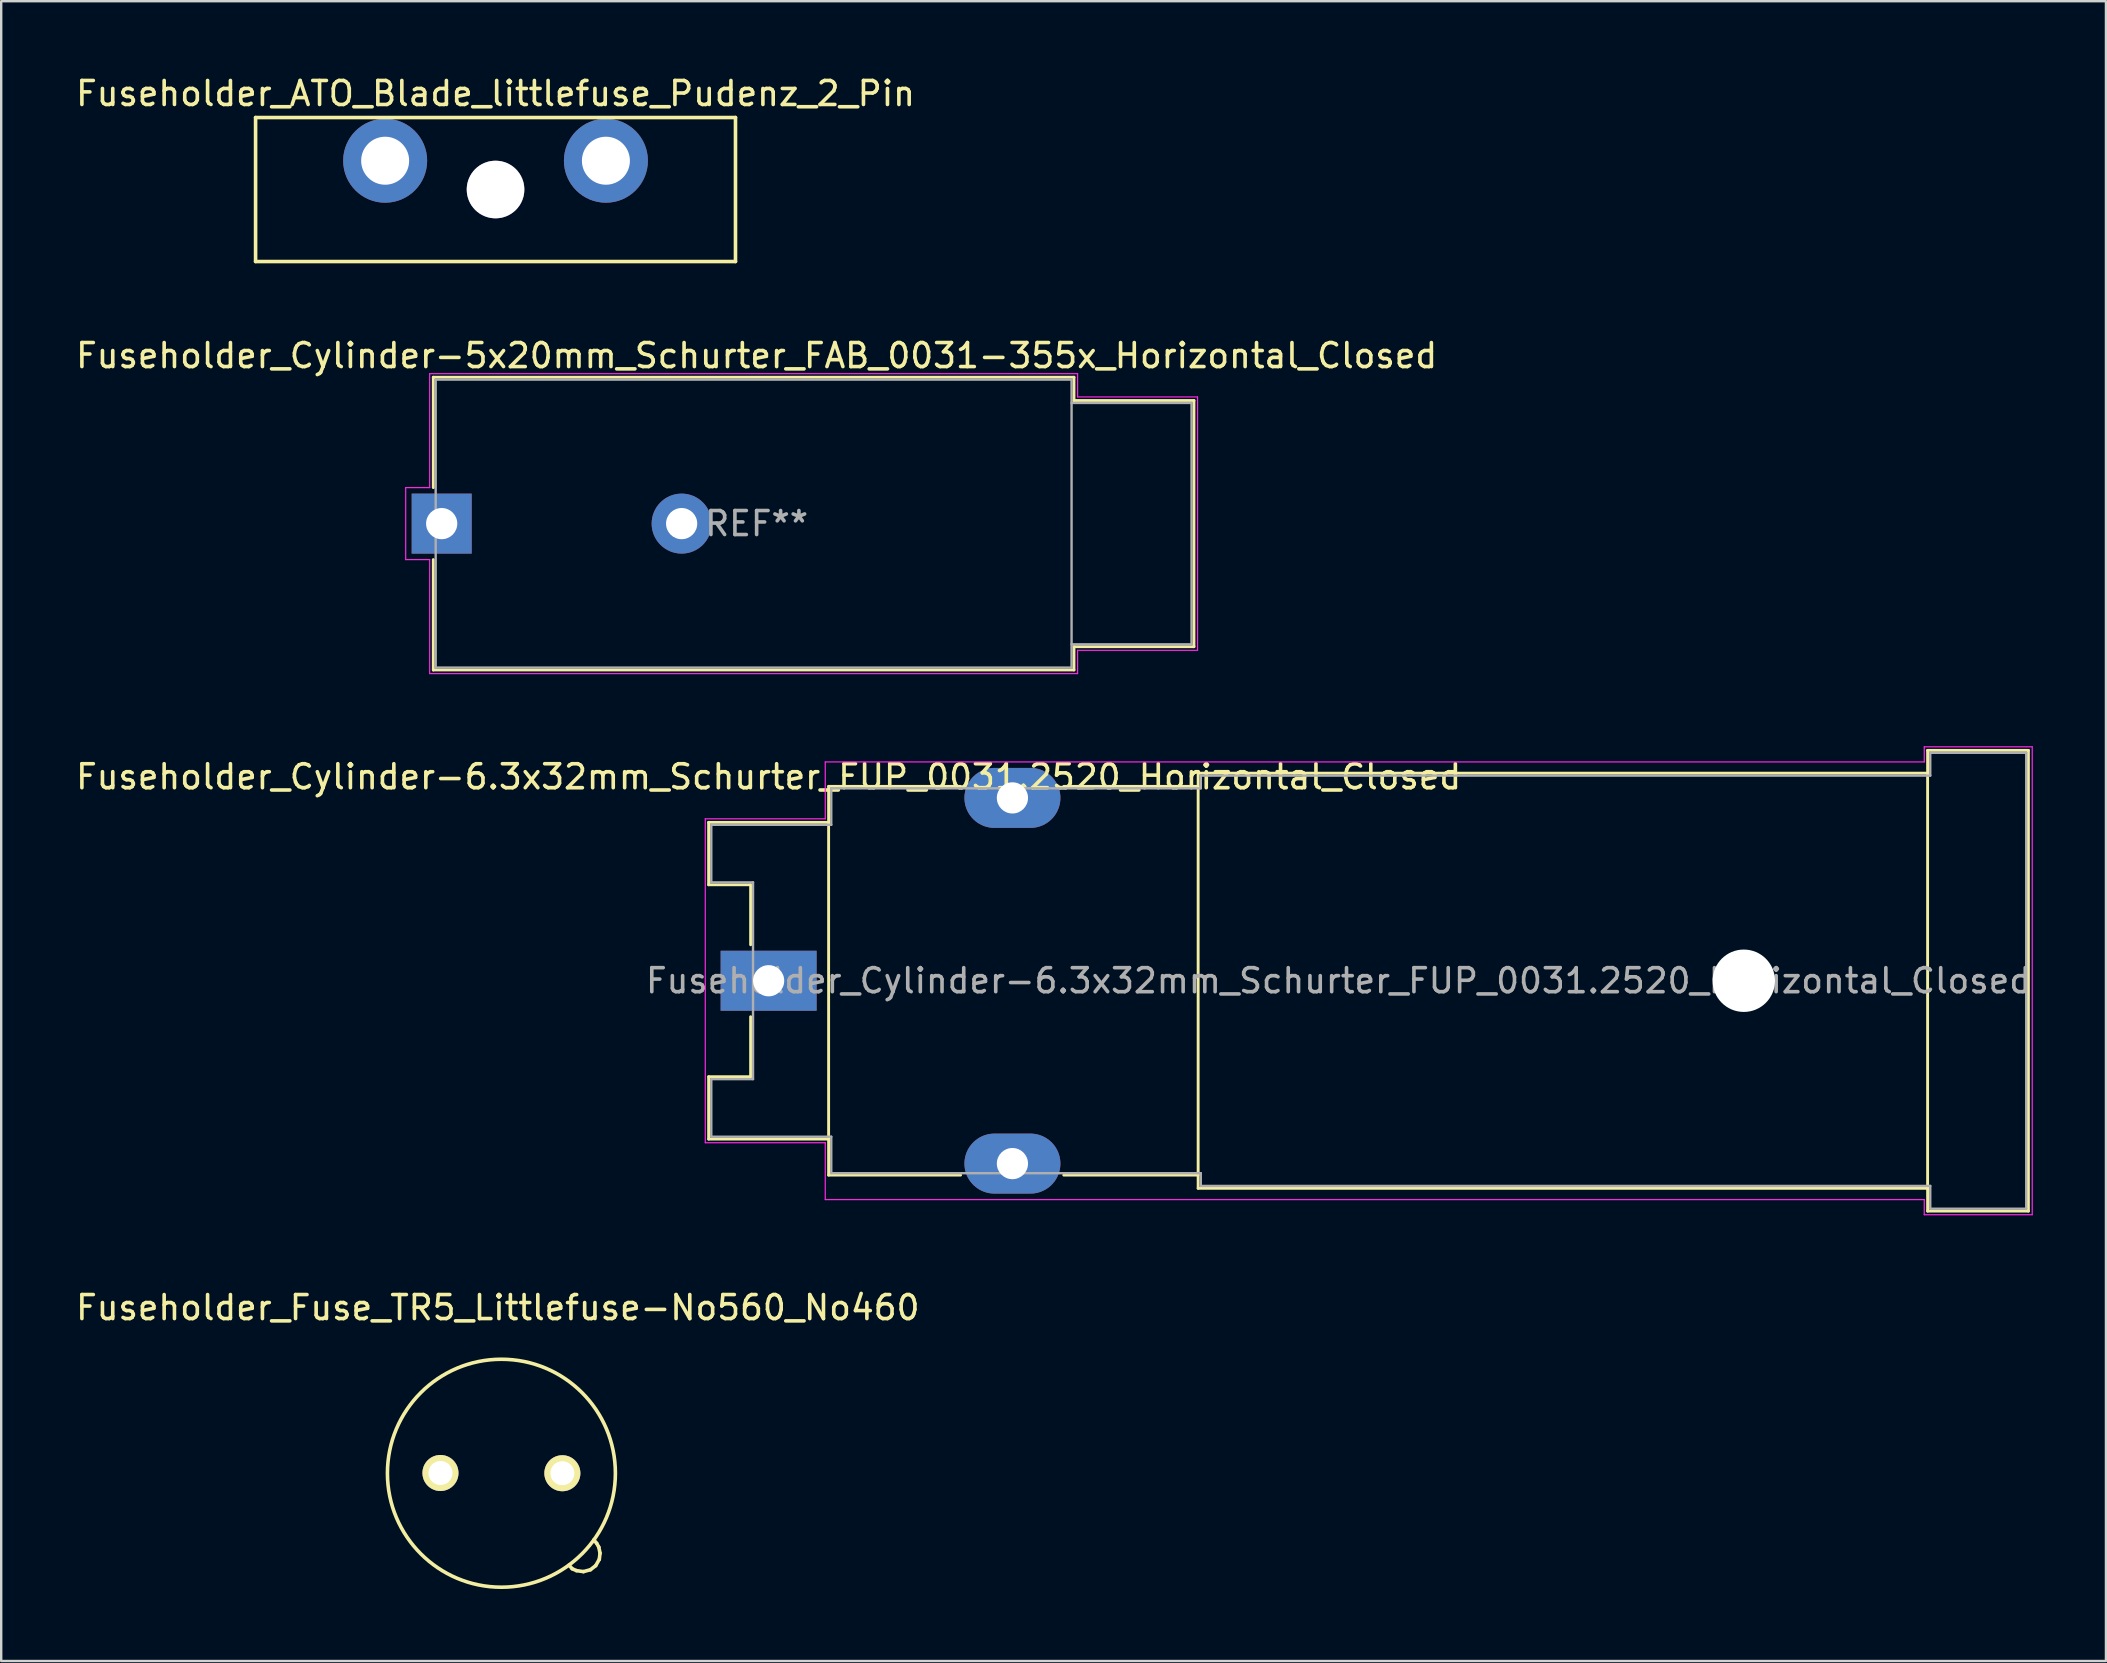
<source format=kicad_pcb>
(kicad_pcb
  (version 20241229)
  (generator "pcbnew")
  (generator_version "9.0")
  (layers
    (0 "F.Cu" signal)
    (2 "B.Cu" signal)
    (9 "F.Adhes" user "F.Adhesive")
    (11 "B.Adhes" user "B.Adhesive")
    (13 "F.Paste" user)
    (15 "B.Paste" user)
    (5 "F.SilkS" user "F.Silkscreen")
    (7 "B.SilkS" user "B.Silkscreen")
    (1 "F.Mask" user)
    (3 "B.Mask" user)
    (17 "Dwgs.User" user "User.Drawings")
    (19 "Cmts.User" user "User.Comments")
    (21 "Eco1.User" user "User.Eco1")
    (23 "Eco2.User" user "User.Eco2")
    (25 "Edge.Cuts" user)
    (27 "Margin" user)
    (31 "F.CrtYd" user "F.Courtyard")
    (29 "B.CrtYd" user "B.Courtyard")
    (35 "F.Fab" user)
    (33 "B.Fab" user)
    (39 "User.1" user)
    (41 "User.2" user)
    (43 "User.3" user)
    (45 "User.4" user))
  (footprint "Fuseholder_ATO_Blade_littlefuse_Pudenz_2_Pin"
    (layer "F.Cu")
    (at 13.029 3.632)
    (property "Reference" "Fuseholder_ATO_Blade_littlefuse_Pudenz_2_Pin" (at 4.572 -2.784 0) (layer "F.SilkS") (effects (font (size 1 1) (thickness 0.15))))
    (attr through_hole)
    (fp_line (start -5.428 -1.784) (end 14.572 -1.784) (stroke (width 0.15) (type solid)) (layer "F.SilkS"))
    (fp_line (start -5.428 4.216) (end -5.428 -1.784) (stroke (width 0.15) (type solid)) (layer "F.SilkS"))
    (fp_line (start 14.572 -1.784) (end 14.572 4.216) (stroke (width 0.15) (type solid)) (layer "F.SilkS"))
    (fp_line (start 14.572 4.216) (end -5.428 4.216) (stroke (width 0.15) (type solid)) (layer "F.SilkS"))
    (pad "" thru_hole circle (at 4.572 1.216) (size 2.4 2.4) (drill 2.4) (layers "*.Cu" "*.Mask"))
    (pad "1" thru_hole oval (at -0.028 0.016) (size 3.5 3.5) (drill 2) (layers "*.Cu" "*.Mask"))
    (pad "2" thru_hole oval (at 9.172 0.016) (size 3.5 3.5) (drill 2) (layers "*.Cu" "*.Mask")))
  (footprint "Fuseholder_Cylinder-5x20mm_Schurter_FAB_0031-355x_Horizontal_Closed"
    (layer "F.Cu")
    (at 15.357 18.771)
    (property "Reference" "Fuseholder_Cylinder-5x20mm_Schurter_FAB_0031-355x_Horizontal_Closed" (at 13.125 -7 0) (layer "F.SilkS") (effects (font (size 1 1) (thickness 0.15))))
    (attr smd)
    (fp_line (start -0.35 -6.1) (end -0.35 -1.5) (stroke (width 0.12) (type solid)) (layer "F.SilkS"))
    (fp_line (start -0.35 1.5) (end -0.35 6.1) (stroke (width 0.12) (type solid)) (layer "F.SilkS"))
    (fp_line (start -0.35 6.1) (end 26.35 6.1) (stroke (width 0.12) (type solid)) (layer "F.SilkS"))
    (fp_line (start 26.35 -6.1) (end -0.35 -6.1) (stroke (width 0.12) (type solid)) (layer "F.SilkS"))
    (fp_line (start 26.35 -5.13) (end 26.35 -6.1) (stroke (width 0.12) (type solid)) (layer "F.SilkS"))
    (fp_line (start 26.35 -5.13) (end 31.35 -5.13) (stroke (width 0.12) (type solid)) (layer "F.SilkS"))
    (fp_line (start 26.35 5.13) (end 26.35 6.1) (stroke (width 0.12) (type solid)) (layer "F.SilkS"))
    (fp_line (start 31.35 -5.13) (end 31.35 5.13) (stroke (width 0.12) (type solid)) (layer "F.SilkS"))
    (fp_line (start 31.35 5.13) (end 26.35 5.13) (stroke (width 0.12) (type solid)) (layer "F.SilkS"))
    (fp_line (start -1.5 -1.5) (end -1.5 1.5) (stroke (width 0.05) (type solid)) (layer "F.CrtYd"))
    (fp_line (start -1.5 1.5) (end -0.5 1.5) (stroke (width 0.05) (type solid)) (layer "F.CrtYd"))
    (fp_line (start -0.5 -6.25) (end -0.5 -1.5) (stroke (width 0.05) (type solid)) (layer "F.CrtYd"))
    (fp_line (start -0.5 -6.25) (end 26.5 -6.25) (stroke (width 0.05) (type solid)) (layer "F.CrtYd"))
    (fp_line (start -0.5 -1.5) (end -1.5 -1.5) (stroke (width 0.05) (type solid)) (layer "F.CrtYd"))
    (fp_line (start -0.5 1.5) (end -0.5 6.25) (stroke (width 0.05) (type solid)) (layer "F.CrtYd"))
    (fp_line (start 26.5 -6.25) (end 26.5 -5.28) (stroke (width 0.05) (type solid)) (layer "F.CrtYd"))
    (fp_line (start 26.5 5.28) (end 26.5 6.25) (stroke (width 0.05) (type solid)) (layer "F.CrtYd"))
    (fp_line (start 26.5 5.28) (end 31.5 5.28) (stroke (width 0.05) (type solid)) (layer "F.CrtYd"))
    (fp_line (start 26.5 6.25) (end -0.5 6.25) (stroke (width 0.05) (type solid)) (layer "F.CrtYd"))
    (fp_line (start 31.5 -5.28) (end 26.5 -5.28) (stroke (width 0.05) (type solid)) (layer "F.CrtYd"))
    (fp_line (start 31.5 5.28) (end 31.5 -5.28) (stroke (width 0.05) (type solid)) (layer "F.CrtYd"))
    (fp_line (start -0.25 -6) (end 26.25 -6) (stroke (width 0.1) (type solid)) (layer "F.Fab"))
    (fp_line (start -0.25 6) (end -0.25 -6) (stroke (width 0.1) (type solid)) (layer "F.Fab"))
    (fp_line (start 26.25 -6) (end 26.25 6) (stroke (width 0.1) (type solid)) (layer "F.Fab"))
    (fp_line (start 26.25 -5.03) (end 31.25 -5.03) (stroke (width 0.1) (type solid)) (layer "F.Fab"))
    (fp_line (start 26.25 6) (end -0.25 6) (stroke (width 0.1) (type solid)) (layer "F.Fab"))
    (fp_line (start 31.25 -5.03) (end 31.25 5.03) (stroke (width 0.1) (type solid)) (layer "F.Fab"))
    (fp_line (start 31.25 5.03) (end 26.25 5.03) (stroke (width 0.1) (type solid)) (layer "F.Fab"))
    (fp_text user "REF**" (at 13.125 0 0) (layer "F.Fab") (effects (font (size 1 1) (thickness 0.15))))
    (pad "1" thru_hole rect (at 0 0) (size 2.5 2.5) (drill 1.3) (layers "*.Cu" "*.Mask"))
    (pad "2" thru_hole circle (at 10 0) (size 2.5 2.5) (drill 1.3) (layers "*.Cu" "*.Mask")))
  (footprint "Fuseholder_Fuse_TR5_Littlefuse-No560_No460"
    (layer "F.Cu")
    (at 17.846 58.336)
    (property "Reference" "Fuseholder_Fuse_TR5_Littlefuse-No560_No460" (at -0.15 -6.891 0) (layer "F.SilkS") (effects (font (size 1 1) (thickness 0.15))))
    (attr through_hole)
    (fp_line (start 2.949 3.99) (end 2.819 3.84) (stroke (width 0.15) (type solid)) (layer "F.SilkS"))
    (fp_line (start 3.129 4.069) (end 2.949 3.99) (stroke (width 0.15) (type solid)) (layer "F.SilkS"))
    (fp_line (start 3.419 4.11) (end 3.129 4.069) (stroke (width 0.15) (type solid)) (layer "F.SilkS"))
    (fp_line (start 3.711 4.031) (end 3.419 4.11) (stroke (width 0.15) (type solid)) (layer "F.SilkS"))
    (fp_line (start 3.851 2.789) (end 3.97 2.931) (stroke (width 0.15) (type solid)) (layer "F.SilkS"))
    (fp_line (start 3.929 3.861) (end 3.711 4.031) (stroke (width 0.15) (type solid)) (layer "F.SilkS"))
    (fp_line (start 3.97 2.931) (end 4.059 3.091) (stroke (width 0.15) (type solid)) (layer "F.SilkS"))
    (fp_line (start 4.059 3.091) (end 4.11 3.34) (stroke (width 0.15) (type solid)) (layer "F.SilkS"))
    (fp_line (start 4.079 3.599) (end 3.929 3.861) (stroke (width 0.15) (type solid)) (layer "F.SilkS"))
    (fp_line (start 4.11 3.34) (end 4.079 3.599) (stroke (width 0.15) (type solid)) (layer "F.SilkS"))
    (fp_circle (center 0 0.01) (end 4.75 0.01) (stroke (width 0.15) (type solid)) (fill no) (layer "F.SilkS"))
    (pad "1" thru_hole circle (at -2.54 0) (size 1.501 1.501) (drill 1.001) (layers "*.Cu" "*.Mask" "F.SilkS"))
    (pad "2" thru_hole circle (at 2.54 0.01) (size 1.501 1.501) (drill 1.001) (layers "*.Cu" "*.Mask" "F.SilkS")))
  (footprint "Fuseholder_Cylinder-6.3x32mm_Schurter_FUP_0031.2520_Horizontal_Closed"
    (layer "F.Cu")
    (at 28.982 37.822)
    (property "Reference" "Fuseholder_Cylinder-6.3x32mm_Schurter_FUP_0031.2520_Horizontal_Closed" (at 0 -8.5 0) (layer "F.SilkS") (effects (font (size 1 1) (thickness 0.15))))
    (attr through_hole)
    (fp_line (start -2.5 -6.6) (end 2.5 -6.6) (stroke (width 0.12) (type solid)) (layer "F.SilkS"))
    (fp_line (start -2.5 -4) (end -2.5 -6.6) (stroke (width 0.12) (type solid)) (layer "F.SilkS"))
    (fp_line (start -2.5 4) (end -0.75 4) (stroke (width 0.12) (type solid)) (layer "F.SilkS"))
    (fp_line (start -2.5 6.6) (end -2.5 4) (stroke (width 0.12) (type solid)) (layer "F.SilkS"))
    (fp_line (start -2.5 6.6) (end 2.5 6.6) (stroke (width 0.12) (type solid)) (layer "F.SilkS"))
    (fp_line (start -0.75 -4) (end -2.5 -4) (stroke (width 0.12) (type solid)) (layer "F.SilkS"))
    (fp_line (start -0.75 -1.5) (end -0.75 -4) (stroke (width 0.12) (type solid)) (layer "F.SilkS"))
    (fp_line (start -0.75 4) (end -0.75 1.5) (stroke (width 0.12) (type solid)) (layer "F.SilkS"))
    (fp_line (start 2.5 -8.1) (end 8 -8.1) (stroke (width 0.12) (type solid)) (layer "F.SilkS"))
    (fp_line (start 2.5 8.1) (end 2.5 -8.1) (stroke (width 0.12) (type solid)) (layer "F.SilkS"))
    (fp_line (start 2.5 8.1) (end 8 8.1) (stroke (width 0.12) (type solid)) (layer "F.SilkS"))
    (fp_line (start 12.3 -8.1) (end 17.9 -8.1) (stroke (width 0.12) (type solid)) (layer "F.SilkS"))
    (fp_line (start 12.3 8.1) (end 17.9 8.1) (stroke (width 0.12) (type solid)) (layer "F.SilkS"))
    (fp_line (start 17.9 -8.65) (end 48.3 -8.65) (stroke (width 0.12) (type solid)) (layer "F.SilkS"))
    (fp_line (start 17.9 8.65) (end 17.9 -8.65) (stroke (width 0.12) (type solid)) (layer "F.SilkS"))
    (fp_line (start 17.9 8.65) (end 48.3 8.65) (stroke (width 0.12) (type solid)) (layer "F.SilkS"))
    (fp_line (start 48.3 -9.6) (end 52.5 -9.6) (stroke (width 0.12) (type solid)) (layer "F.SilkS"))
    (fp_line (start 48.3 9.6) (end 48.3 -9.6) (stroke (width 0.12) (type solid)) (layer "F.SilkS"))
    (fp_line (start 48.3 9.6) (end 52.5 9.6) (stroke (width 0.12) (type solid)) (layer "F.SilkS"))
    (fp_line (start 52.5 -9.6) (end 52.5 9.6) (stroke (width 0.12) (type solid)) (layer "F.SilkS"))
    (fp_line (start -2.64 -6.75) (end 2.36 -6.75) (stroke (width 0.05) (type solid)) (layer "F.CrtYd"))
    (fp_line (start -2.64 6.75) (end -2.64 -6.75) (stroke (width 0.05) (type solid)) (layer "F.CrtYd"))
    (fp_line (start -2.64 6.75) (end 2.36 6.75) (stroke (width 0.05) (type solid)) (layer "F.CrtYd"))
    (fp_line (start 2.36 -9.12) (end 2.36 -6.75) (stroke (width 0.05) (type solid)) (layer "F.CrtYd"))
    (fp_line (start 2.36 -9.12) (end 48.16 -9.12) (stroke (width 0.05) (type solid)) (layer "F.CrtYd"))
    (fp_line (start 2.36 6.75) (end 2.36 9.12) (stroke (width 0.05) (type solid)) (layer "F.CrtYd"))
    (fp_line (start 48.16 -9.75) (end 48.16 -9.12) (stroke (width 0.05) (type solid)) (layer "F.CrtYd"))
    (fp_line (start 48.16 -9.75) (end 52.66 -9.75) (stroke (width 0.05) (type solid)) (layer "F.CrtYd"))
    (fp_line (start 48.16 9.12) (end 2.36 9.12) (stroke (width 0.05) (type solid)) (layer "F.CrtYd"))
    (fp_line (start 48.16 9.12) (end 48.16 9.75) (stroke (width 0.05) (type solid)) (layer "F.CrtYd"))
    (fp_line (start 48.16 9.75) (end 52.66 9.75) (stroke (width 0.05) (type solid)) (layer "F.CrtYd"))
    (fp_line (start 52.66 -9.75) (end 52.66 9.75) (stroke (width 0.05) (type solid)) (layer "F.CrtYd"))
    (fp_line (start -2.39 -4.1) (end -2.39 -6.5) (stroke (width 0.1) (type solid)) (layer "F.Fab"))
    (fp_line (start -2.39 -4.1) (end -0.65 -4.1) (stroke (width 0.1) (type solid)) (layer "F.Fab"))
    (fp_line (start -2.39 4.1) (end -2.39 6.5) (stroke (width 0.1) (type solid)) (layer "F.Fab"))
    (fp_line (start -2.39 6.5) (end 2.61 6.5) (stroke (width 0.1) (type solid)) (layer "F.Fab"))
    (fp_line (start -0.65 -4.1) (end -0.65 4.1) (stroke (width 0.1) (type solid)) (layer "F.Fab"))
    (fp_line (start -0.65 4.1) (end -2.39 4.1) (stroke (width 0.1) (type solid)) (layer "F.Fab"))
    (fp_line (start 2.61 -8.02) (end 2.61 -6.5) (stroke (width 0.1) (type solid)) (layer "F.Fab"))
    (fp_line (start 2.61 -6.5) (end -2.39 -6.5) (stroke (width 0.1) (type solid)) (layer "F.Fab"))
    (fp_line (start 2.61 6.5) (end 2.61 8.02) (stroke (width 0.1) (type solid)) (layer "F.Fab"))
    (fp_line (start 2.61 8.02) (end 18.01 8.02) (stroke (width 0.1) (type solid)) (layer "F.Fab"))
    (fp_line (start 18.01 -8.55) (end 18.01 -8.02) (stroke (width 0.1) (type solid)) (layer "F.Fab"))
    (fp_line (start 18.01 -8.02) (end 2.61 -8.02) (stroke (width 0.1) (type solid)) (layer "F.Fab"))
    (fp_line (start 18.01 8.02) (end 18.01 8.55) (stroke (width 0.1) (type solid)) (layer "F.Fab"))
    (fp_line (start 18.01 8.55) (end 48.41 8.55) (stroke (width 0.1) (type solid)) (layer "F.Fab"))
    (fp_line (start 48.41 -9.5) (end 48.41 -8.55) (stroke (width 0.1) (type solid)) (layer "F.Fab"))
    (fp_line (start 48.41 -8.55) (end 18.01 -8.55) (stroke (width 0.1) (type solid)) (layer "F.Fab"))
    (fp_line (start 48.41 8.55) (end 48.41 9.5) (stroke (width 0.1) (type solid)) (layer "F.Fab"))
    (fp_line (start 48.41 9.5) (end 52.41 9.5) (stroke (width 0.1) (type solid)) (layer "F.Fab"))
    (fp_line (start 52.41 -9.5) (end 48.41 -9.5) (stroke (width 0.1) (type solid)) (layer "F.Fab"))
    (fp_line (start 52.41 -9.5) (end 52.41 9.5) (stroke (width 0.1) (type solid)) (layer "F.Fab"))
    (fp_text user "${REFERENCE}" (at 23.75 0 0) (layer "F.Fab") (effects (font (size 1 1) (thickness 0.15))))
    (pad "" np_thru_hole circle (at 40.64 0) (size 2.6 2.6) (drill 2.6) (layers "*.Cu" "*.Mask"))
    (pad "1" thru_hole rect (at 0 0) (size 4 2.5) (drill 1.3) (layers "*.Cu" "*.Mask"))
    (pad "2" thru_hole oval (at 10.16 -7.62) (size 4 2.5) (drill 1.3) (layers "*.Cu" "*.Mask"))
    (pad "2" thru_hole oval (at 10.16 7.62) (size 4 2.5) (drill 1.3) (layers "*.Cu" "*.Mask")))
  (gr_rect
    (start -3 -3)
    (end 84.714 66.171)
    (stroke (width 0.1) (type default))
    (fill no)
    (layer "Edge.Cuts")))
</source>
